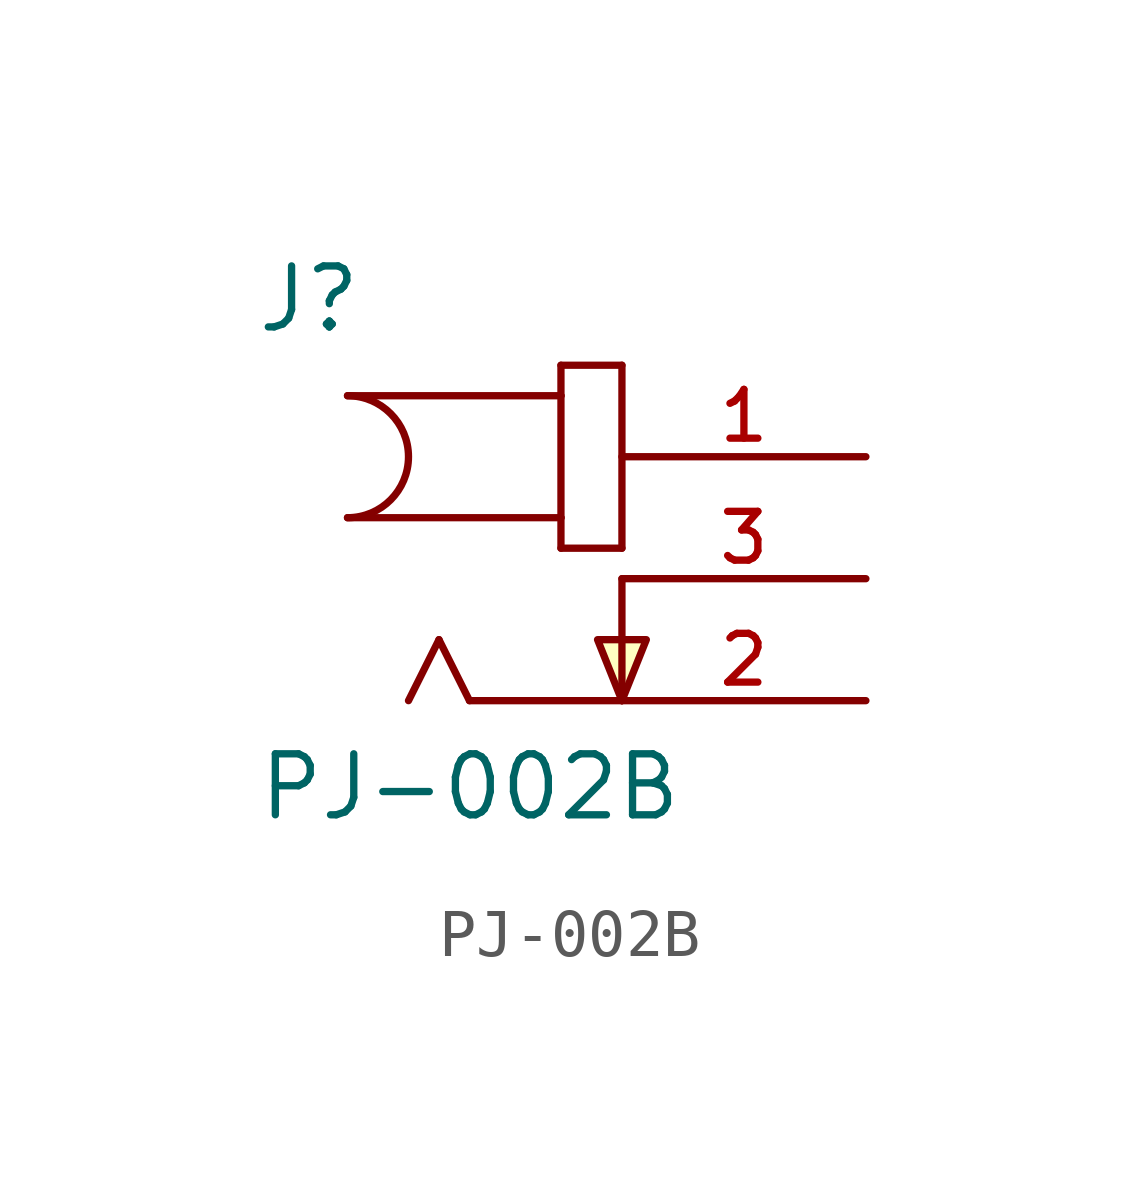
<source format=kicad_sym>
(kicad_symbol_lib
  (version 20220914)
  (generator kicad_symbol_editor)
  (symbol "PJ-002B"
    (pin_names
      (offset 1.016) hide)
    (property "Reference" "J"
      (at -7.645 5.08 0)
      (effects (font (size 1.27 1.27)) (justify left bottom)))
    (property "Value" "PJ-002B"
      (at -7.62 -5.08 0)
      (effects (font (size 1.27 1.27)) (justify left bottom)))
    (property "ki_locked" ""
      (at 0 0 0)
      (effects (font (size 1.27 1.27))))
    (symbol "PJ-002B_0_0"
      (arc (start -5.715 1.27) (mid -4.4505 2.54) (end -5.715 3.81) (stroke (width 0.1524) (type solid)) (fill (type none)))
      (polyline (pts (xy -5.715 3.81) (xy -1.27 3.81)) (stroke (width 0.152) (type solid)) (fill (type none)))
      (polyline (pts (xy -3.81 -1.27) (xy -4.445 -2.54)) (stroke (width 0.152) (type solid)) (fill (type none)))
      (polyline (pts (xy -3.175 -2.54) (xy -3.81 -1.27)) (stroke (width 0.152) (type solid)) (fill (type none)))
      (polyline (pts (xy -1.27 0.635) (xy 0 0.635)) (stroke (width 0.152) (type solid)) (fill (type none)))
      (polyline (pts (xy -1.27 1.27) (xy -5.715 1.27)) (stroke (width 0.152) (type solid)) (fill (type none)))
      (polyline (pts (xy -1.27 1.27) (xy -1.27 0.635)) (stroke (width 0.152) (type solid)) (fill (type none)))
      (polyline (pts (xy -1.27 3.81) (xy -1.27 1.27)) (stroke (width 0.152) (type solid)) (fill (type none)))
      (polyline (pts (xy -1.27 4.445) (xy -1.27 3.81)) (stroke (width 0.152) (type solid)) (fill (type none)))
      (polyline (pts (xy 0 -2.54) (xy -3.175 -2.54)) (stroke (width 0.152) (type solid)) (fill (type none)))
      (polyline (pts (xy 0 0) (xy 0 -2.54)) (stroke (width 0.152) (type solid)) (fill (type none)))
      (polyline (pts (xy 0 0.635) (xy 0 4.445)) (stroke (width 0.152) (type solid)) (fill (type none)))
      (polyline (pts (xy 0 4.445) (xy -1.27 4.445)) (stroke (width 0.152) (type solid)) (fill (type none)))
      (polyline (pts (xy 0 -2.54) (xy -0.508 -1.27) (xy 0.508 -1.27) (xy 0 -2.54)) (stroke (width 0.152) (type solid)) (fill (type background)))
      (pin passive line (at 5.08 2.54 180) (length 5.08) (name "~" (effects (font (size 1.016 1.016)))) (number "1" (effects (font (size 1.016 1.016)))))
      (pin passive line (at 5.08 -2.54 180) (length 5.08) (name "~" (effects (font (size 1.016 1.016)))) (number "2" (effects (font (size 1.016 1.016)))))
      (pin passive line (at 5.08 0 180) (length 5.08) (name "~" (effects (font (size 1.016 1.016)))) (number "3" (effects (font (size 1.016 1.016))))))))
</source>
